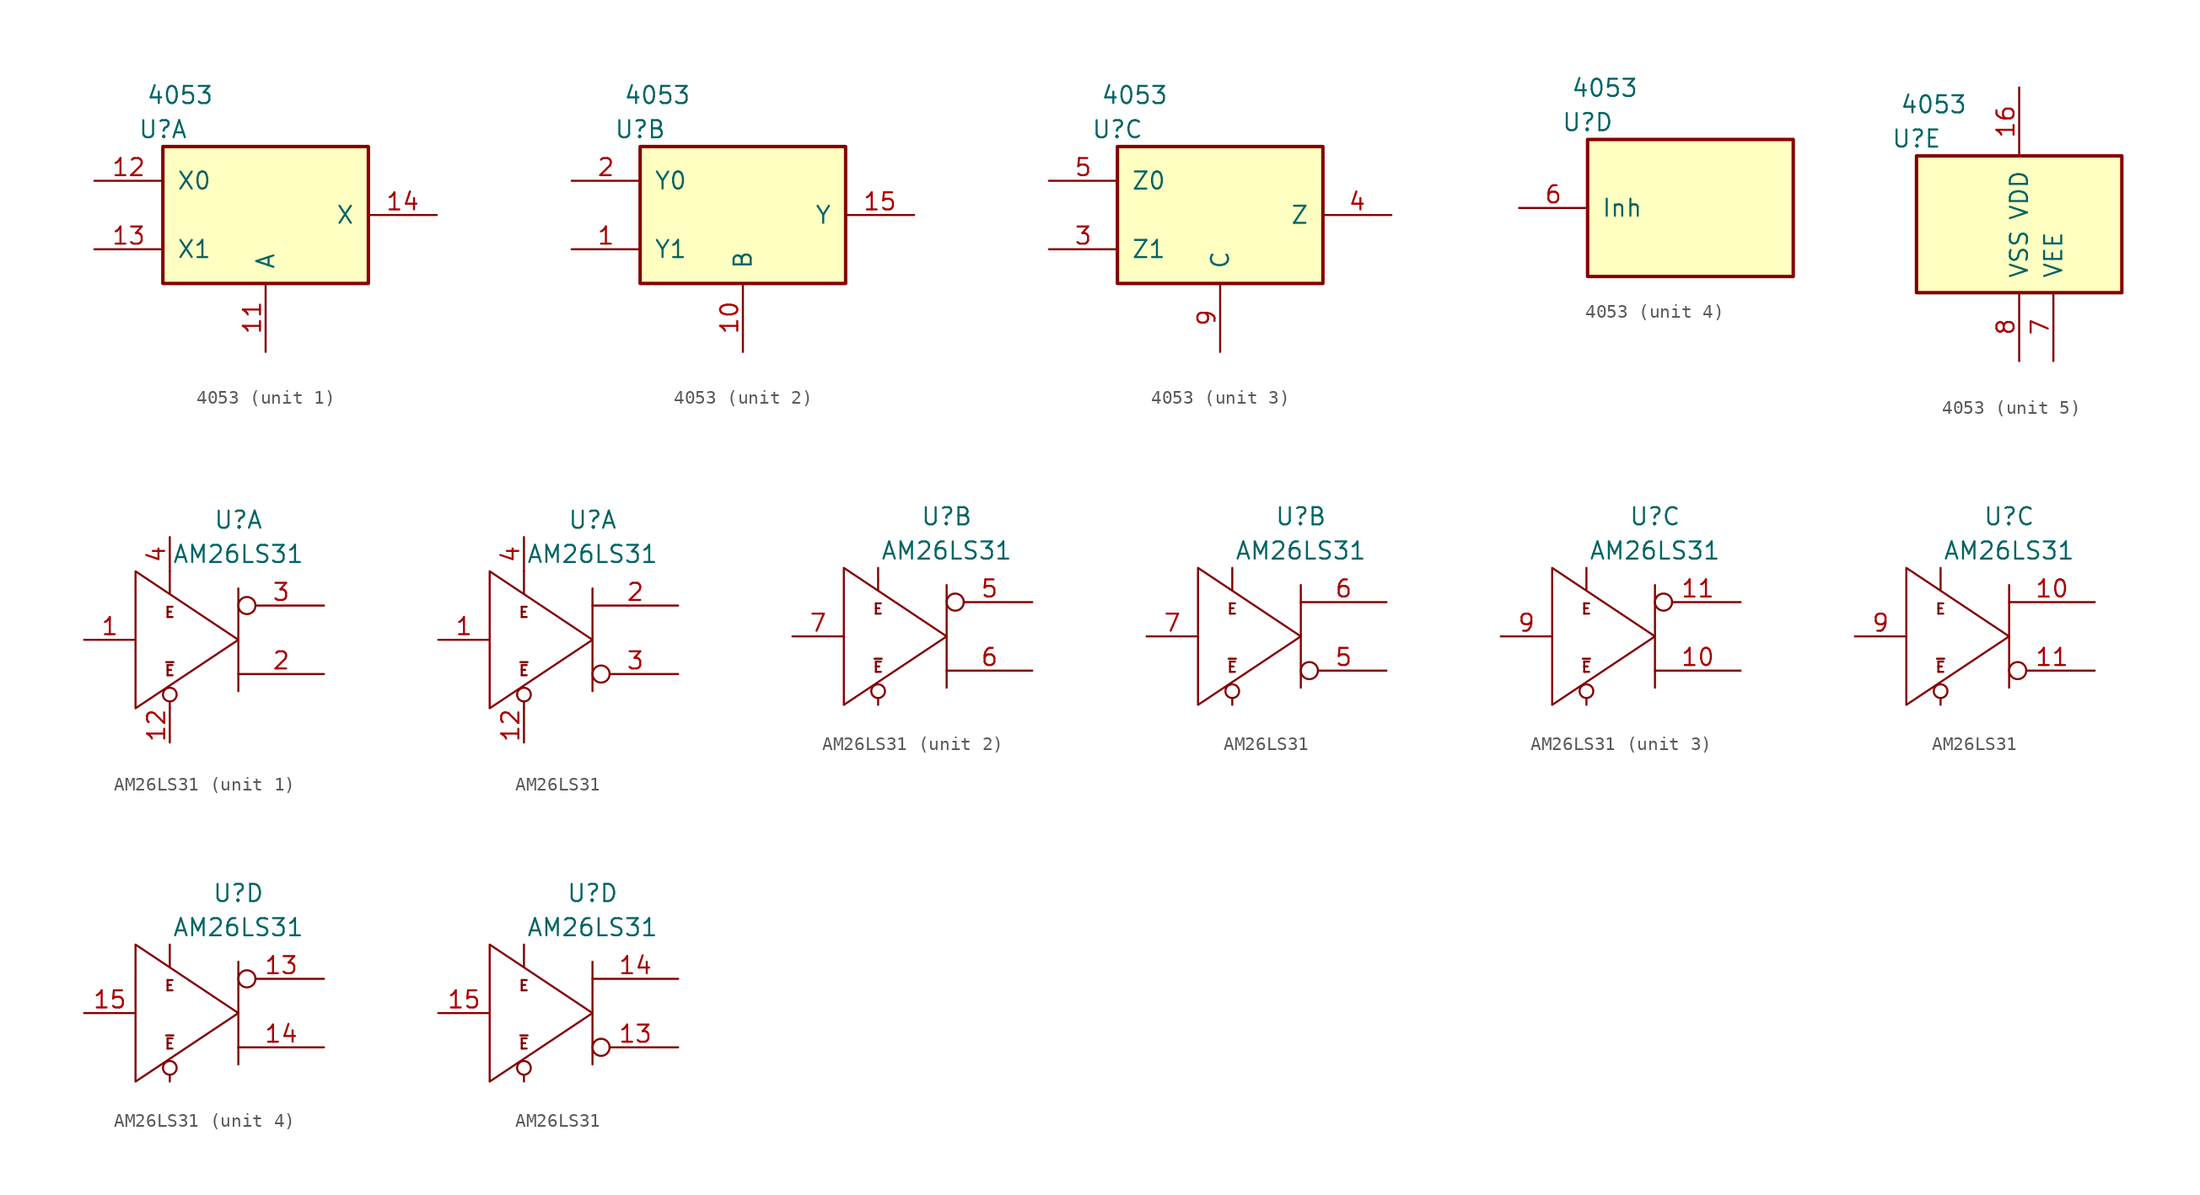
<source format=kicad_sym>
(kicad_symbol_lib
  (version 20211014)
  (generator kicad_symbol_editor)
  (symbol "4053"
    (pin_names
      (offset 1.016))
    (property "Reference" "U"
      (at -7.62 6.35 0)
      (effects (font (size 1.27 1.27))))
    (property "Value" "4053"
      (at -6.35 8.89 0)
      (effects (font (size 1.27 1.27))))
    (symbol "4053_1_0"
      (pin input line (at 0 -10.16 90) (length 5.08) (name "A" (effects (font (size 1.27 1.27)))) (number "11" (effects (font (size 1.27 1.27)))))
      (pin passive line (at -12.7 2.54 0) (length 5.08) (name "X0" (effects (font (size 1.27 1.27)))) (number "12" (effects (font (size 1.27 1.27)))))
      (pin passive line (at -12.7 -2.54 0) (length 5.08) (name "X1" (effects (font (size 1.27 1.27)))) (number "13" (effects (font (size 1.27 1.27)))))
      (pin passive line (at 12.7 0 180) (length 5.08) (name "X" (effects (font (size 1.27 1.27)))) (number "14" (effects (font (size 1.27 1.27))))))
    (symbol "4053_1_1"
      (rectangle (start -7.62 5.08) (end 7.62 -5.08) (stroke (width 0.254) (type default) (color 0 0 0 0)) (fill (type background))))
    (symbol "4053_2_0"
      (pin passive line (at -12.7 -2.54 0) (length 5.08) (name "Y1" (effects (font (size 1.27 1.27)))) (number "1" (effects (font (size 1.27 1.27)))))
      (pin input line (at 0 -10.16 90) (length 5.08) (name "B" (effects (font (size 1.27 1.27)))) (number "10" (effects (font (size 1.27 1.27)))))
      (pin passive line (at 12.7 0 180) (length 5.08) (name "Y" (effects (font (size 1.27 1.27)))) (number "15" (effects (font (size 1.27 1.27)))))
      (pin passive line (at -12.7 2.54 0) (length 5.08) (name "Y0" (effects (font (size 1.27 1.27)))) (number "2" (effects (font (size 1.27 1.27))))))
    (symbol "4053_2_1"
      (rectangle (start -7.62 5.08) (end 7.62 -5.08) (stroke (width 0.254) (type default) (color 0 0 0 0)) (fill (type background))))
    (symbol "4053_3_0"
      (pin passive line (at -12.7 -2.54 0) (length 5.08) (name "Z1" (effects (font (size 1.27 1.27)))) (number "3" (effects (font (size 1.27 1.27)))))
      (pin passive line (at 12.7 0 180) (length 5.08) (name "Z" (effects (font (size 1.27 1.27)))) (number "4" (effects (font (size 1.27 1.27)))))
      (pin passive line (at -12.7 2.54 0) (length 5.08) (name "Z0" (effects (font (size 1.27 1.27)))) (number "5" (effects (font (size 1.27 1.27)))))
      (pin input line (at 0 -10.16 90) (length 5.08) (name "C" (effects (font (size 1.27 1.27)))) (number "9" (effects (font (size 1.27 1.27))))))
    (symbol "4053_3_1"
      (rectangle (start -7.62 5.08) (end 7.62 -5.08) (stroke (width 0.254) (type default) (color 0 0 0 0)) (fill (type background))))
    (symbol "4053_4_0"
      (pin input line (at -12.7 0 0) (length 5.08) (name "Inh" (effects (font (size 1.27 1.27)))) (number "6" (effects (font (size 1.27 1.27))))))
    (symbol "4053_4_1"
      (rectangle (start -7.62 5.08) (end 7.62 -5.08) (stroke (width 0.254) (type default) (color 0 0 0 0)) (fill (type background))))
    (symbol "4053_5_0"
      (pin power_in line (at 0 10.16 270) (length 5.08) (name "VDD" (effects (font (size 1.27 1.27)))) (number "16" (effects (font (size 1.27 1.27)))))
      (pin power_in line (at 2.54 -10.16 90) (length 5.08) (name "VEE" (effects (font (size 1.27 1.27)))) (number "7" (effects (font (size 1.27 1.27)))))
      (pin power_in line (at 0 -10.16 90) (length 5.08) (name "VSS" (effects (font (size 1.27 1.27)))) (number "8" (effects (font (size 1.27 1.27))))))
    (symbol "4053_5_1"
      (rectangle (start -7.62 5.08) (end 7.62 -5.08) (stroke (width 0.254) (type default) (color 0 0 0 0)) (fill (type background)))))
  (symbol "AM26LS31"
    (pin_names
      (offset 0.025) hide)
    (property "Reference" "U"
      (at 5.08 8.89 0)
      (effects (font (size 1.27 1.27))))
    (property "Value" "AM26LS31"
      (at 5.08 6.35 0)
      (effects (font (size 1.27 1.27))))
    (property "Footprint" ""
      (at 0 0 0)
      (effects (font (size 1.524 1.524))))
    (property "Datasheet" ""
      (at 0 0 0)
      (effects (font (size 1.524 1.524))))
    (symbol "AM26LS31_0_0"
      (circle (center 0 -4.064) (radius 0.508) (stroke (width 0) (type default) (color 0 0 0 0)) (fill (type none)))
      (polyline (pts (xy 0 -5.08) (xy 0 -4.572)) (stroke (width 0) (type default) (color 0 0 0 0)) (fill (type none)))
      (polyline (pts (xy 0 5.08) (xy 0 3.429)) (stroke (width 0) (type default) (color 0 0 0 0)) (fill (type none)))
      (polyline (pts (xy 5.08 3.81) (xy 5.08 -3.81)) (stroke (width 0) (type default) (color 0 0 0 0)) (fill (type none)))
      (polyline (pts (xy 5.08 0) (xy -2.54 -5.08) (xy -2.54 5.08) (xy 5.08 0)) (stroke (width 0.152) (type default) (color 0 0 0 0)) (fill (type none)))
      (text "E" (at 0 2.032 0) (effects (font (size 0.762 0.762))))
      (text "~{E}" (at 0 -2.286 0) (effects (font (size 0.762 0.762)))))
    (symbol "AM26LS31_1_1"
      (pin input line (at -6.35 0 0) (length 3.81) (name "~" (effects (font (size 1.27 1.27)))) (number "1" (effects (font (size 1.27 1.27)))))
      (pin input line (at 0 -7.62 90) (length 2.54) (name "~" (effects (font (size 1.27 1.27)))) (number "12" (effects (font (size 1.27 1.27)))))
      (pin power_in line (at -2.54 5.08 270) (length 0) hide (name "VCC" (effects (font (size 1.27 1.27)))) (number "16" (effects (font (size 1.27 1.27)))))
      (pin tri_state line (at 11.43 -2.54 180) (length 6.35) (name "~" (effects (font (size 1.27 1.27)))) (number "2" (effects (font (size 1.27 1.27)))))
      (pin tri_state inverted (at 11.43 2.54 180) (length 6.35) (name "~" (effects (font (size 1.27 1.27)))) (number "3" (effects (font (size 1.27 1.27)))))
      (pin input line (at 0 7.62 270) (length 2.54) (name "~" (effects (font (size 1.27 1.27)))) (number "4" (effects (font (size 1.27 1.27)))))
      (pin power_in line (at -2.54 -5.08 90) (length 0) hide (name "GND" (effects (font (size 1.27 1.27)))) (number "8" (effects (font (size 1.27 1.27))))))
    (symbol "AM26LS31_1_2"
      (pin input line (at -6.35 0 0) (length 3.81) (name "~" (effects (font (size 1.27 1.27)))) (number "1" (effects (font (size 1.27 1.27)))))
      (pin input line (at 0 -7.62 90) (length 2.54) (name "~" (effects (font (size 1.27 1.27)))) (number "12" (effects (font (size 1.27 1.27)))))
      (pin power_in line (at -2.54 5.08 270) (length 0) hide (name "VCC" (effects (font (size 1.27 1.27)))) (number "16" (effects (font (size 1.27 1.27)))))
      (pin tri_state line (at 11.43 2.54 180) (length 6.35) (name "~" (effects (font (size 1.27 1.27)))) (number "2" (effects (font (size 1.27 1.27)))))
      (pin tri_state inverted (at 11.43 -2.54 180) (length 6.35) (name "~" (effects (font (size 1.27 1.27)))) (number "3" (effects (font (size 1.27 1.27)))))
      (pin input line (at 0 7.62 270) (length 2.54) (name "~" (effects (font (size 1.27 1.27)))) (number "4" (effects (font (size 1.27 1.27)))))
      (pin power_in line (at -2.54 -5.08 90) (length 0) hide (name "GND" (effects (font (size 1.27 1.27)))) (number "8" (effects (font (size 1.27 1.27))))))
    (symbol "AM26LS31_2_1"
      (pin power_in line (at -2.54 5.08 270) (length 0) hide (name "VCC" (effects (font (size 1.27 1.27)))) (number "16" (effects (font (size 1.27 1.27)))))
      (pin tri_state inverted (at 11.43 2.54 180) (length 6.35) (name "~" (effects (font (size 1.27 1.27)))) (number "5" (effects (font (size 1.27 1.27)))))
      (pin tri_state line (at 11.43 -2.54 180) (length 6.35) (name "~" (effects (font (size 1.27 1.27)))) (number "6" (effects (font (size 1.27 1.27)))))
      (pin input line (at -6.35 0 0) (length 3.81) (name "~" (effects (font (size 1.27 1.27)))) (number "7" (effects (font (size 1.27 1.27)))))
      (pin power_in line (at -2.54 -5.08 90) (length 0) hide (name "GND" (effects (font (size 1.27 1.27)))) (number "8" (effects (font (size 1.27 1.27))))))
    (symbol "AM26LS31_2_2"
      (pin power_in line (at -2.54 5.08 270) (length 0) hide (name "VCC" (effects (font (size 1.27 1.27)))) (number "16" (effects (font (size 1.27 1.27)))))
      (pin tri_state inverted (at 11.43 -2.54 180) (length 6.35) (name "~" (effects (font (size 1.27 1.27)))) (number "5" (effects (font (size 1.27 1.27)))))
      (pin tri_state line (at 11.43 2.54 180) (length 6.35) (name "~" (effects (font (size 1.27 1.27)))) (number "6" (effects (font (size 1.27 1.27)))))
      (pin input line (at -6.35 0 0) (length 3.81) (name "~" (effects (font (size 1.27 1.27)))) (number "7" (effects (font (size 1.27 1.27)))))
      (pin power_in line (at -2.54 -5.08 90) (length 0) hide (name "GND" (effects (font (size 1.27 1.27)))) (number "8" (effects (font (size 1.27 1.27))))))
    (symbol "AM26LS31_3_1"
      (pin tri_state line (at 11.43 -2.54 180) (length 6.35) (name "~" (effects (font (size 1.27 1.27)))) (number "10" (effects (font (size 1.27 1.27)))))
      (pin tri_state inverted (at 11.43 2.54 180) (length 6.35) (name "~" (effects (font (size 1.27 1.27)))) (number "11" (effects (font (size 1.27 1.27)))))
      (pin power_in line (at -2.54 5.08 270) (length 0) hide (name "VCC" (effects (font (size 1.27 1.27)))) (number "16" (effects (font (size 1.27 1.27)))))
      (pin power_in line (at -2.54 -5.08 90) (length 0) hide (name "GND" (effects (font (size 1.27 1.27)))) (number "8" (effects (font (size 1.27 1.27)))))
      (pin input line (at -6.35 0 0) (length 3.81) (name "~" (effects (font (size 1.27 1.27)))) (number "9" (effects (font (size 1.27 1.27))))))
    (symbol "AM26LS31_3_2"
      (pin tri_state line (at 11.43 2.54 180) (length 6.35) (name "~" (effects (font (size 1.27 1.27)))) (number "10" (effects (font (size 1.27 1.27)))))
      (pin tri_state inverted (at 11.43 -2.54 180) (length 6.35) (name "~" (effects (font (size 1.27 1.27)))) (number "11" (effects (font (size 1.27 1.27)))))
      (pin power_in line (at -2.54 5.08 270) (length 0) hide (name "VCC" (effects (font (size 1.27 1.27)))) (number "16" (effects (font (size 1.27 1.27)))))
      (pin power_in line (at -2.54 -5.08 90) (length 0) hide (name "GND" (effects (font (size 1.27 1.27)))) (number "8" (effects (font (size 1.27 1.27)))))
      (pin input line (at -6.35 0 0) (length 3.81) (name "~" (effects (font (size 1.27 1.27)))) (number "9" (effects (font (size 1.27 1.27))))))
    (symbol "AM26LS31_4_1"
      (pin tri_state inverted (at 11.43 2.54 180) (length 6.35) (name "~" (effects (font (size 1.27 1.27)))) (number "13" (effects (font (size 1.27 1.27)))))
      (pin tri_state line (at 11.43 -2.54 180) (length 6.35) (name "~" (effects (font (size 1.27 1.27)))) (number "14" (effects (font (size 1.27 1.27)))))
      (pin input line (at -6.35 0 0) (length 3.81) (name "~" (effects (font (size 1.27 1.27)))) (number "15" (effects (font (size 1.27 1.27)))))
      (pin power_in line (at -2.54 5.08 270) (length 0) hide (name "VCC" (effects (font (size 1.27 1.27)))) (number "16" (effects (font (size 1.27 1.27)))))
      (pin power_in line (at -2.54 -5.08 90) (length 0) hide (name "GND" (effects (font (size 1.27 1.27)))) (number "8" (effects (font (size 1.27 1.27))))))
    (symbol "AM26LS31_4_2"
      (pin tri_state inverted (at 11.43 -2.54 180) (length 6.35) (name "~" (effects (font (size 1.27 1.27)))) (number "13" (effects (font (size 1.27 1.27)))))
      (pin tri_state line (at 11.43 2.54 180) (length 6.35) (name "~" (effects (font (size 1.27 1.27)))) (number "14" (effects (font (size 1.27 1.27)))))
      (pin input line (at -6.35 0 0) (length 3.81) (name "~" (effects (font (size 1.27 1.27)))) (number "15" (effects (font (size 1.27 1.27)))))
      (pin power_in line (at -2.54 5.08 270) (length 0) hide (name "VCC" (effects (font (size 1.27 1.27)))) (number "16" (effects (font (size 1.27 1.27)))))
      (pin power_in line (at -2.54 -5.08 90) (length 0) hide (name "GND" (effects (font (size 1.27 1.27)))) (number "8" (effects (font (size 1.27 1.27))))))))
</source>
